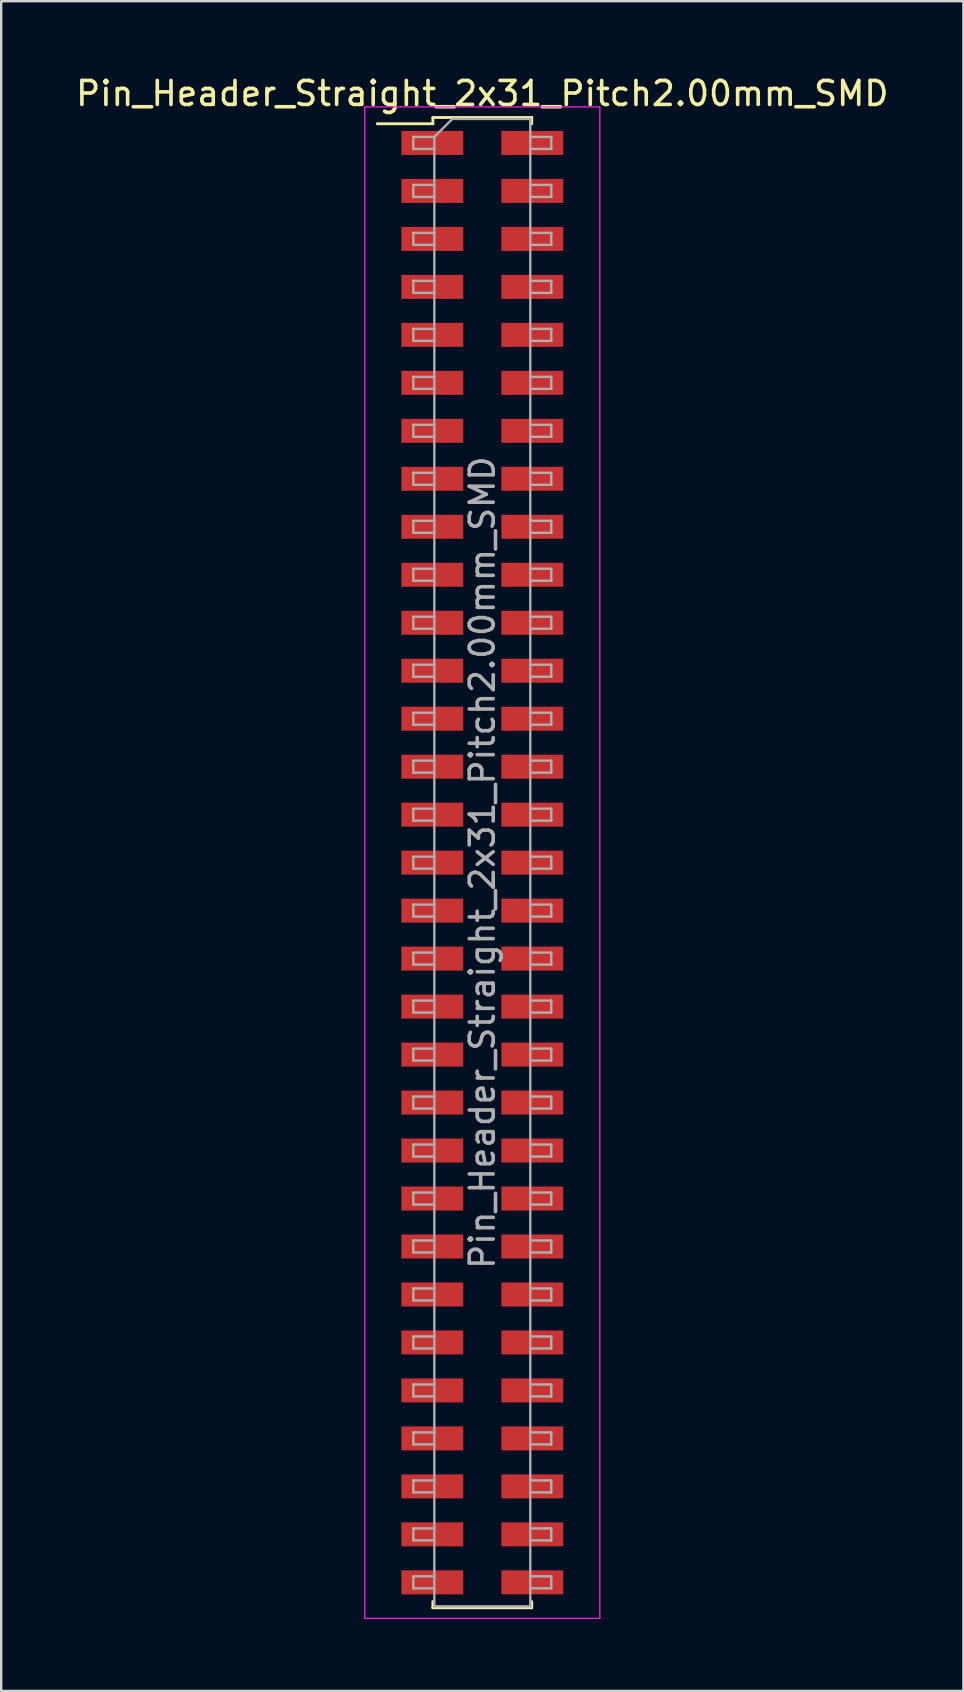
<source format=kicad_pcb>
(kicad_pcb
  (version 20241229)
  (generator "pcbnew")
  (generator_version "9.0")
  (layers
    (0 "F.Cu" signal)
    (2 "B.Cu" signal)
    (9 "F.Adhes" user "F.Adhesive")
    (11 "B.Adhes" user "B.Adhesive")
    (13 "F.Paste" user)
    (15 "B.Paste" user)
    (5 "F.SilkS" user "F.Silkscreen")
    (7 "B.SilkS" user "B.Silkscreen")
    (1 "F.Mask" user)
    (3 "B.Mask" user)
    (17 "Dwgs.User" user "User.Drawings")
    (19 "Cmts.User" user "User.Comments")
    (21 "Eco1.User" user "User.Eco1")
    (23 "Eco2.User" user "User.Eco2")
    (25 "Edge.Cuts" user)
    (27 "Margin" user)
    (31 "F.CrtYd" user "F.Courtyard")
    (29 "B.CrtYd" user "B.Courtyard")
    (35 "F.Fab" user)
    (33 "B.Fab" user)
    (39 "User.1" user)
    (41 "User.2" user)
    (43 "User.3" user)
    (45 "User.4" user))
  (footprint "Pin_Header_Straight_2x31_Pitch2.00mm_SMD"
    (layer "F.Cu")
    (at 17.054 32.908)
    (property "Reference" "Pin_Header_Straight_2x31_Pitch2.00mm_SMD" (at 0 -32.06 0) (layer "F.SilkS") (effects (font (size 1 1) (thickness 0.15))))
    (attr smd)
    (fp_line (start -4.375 -30.8) (end -2.06 -30.8) (stroke (width 0.12) (type solid)) (layer "F.SilkS"))
    (fp_line (start -2.06 -31.06) (end 2.06 -31.06) (stroke (width 0.12) (type solid)) (layer "F.SilkS"))
    (fp_line (start -2.06 -30.8) (end -2.06 -31.06) (stroke (width 0.12) (type solid)) (layer "F.SilkS"))
    (fp_line (start -2.06 30.8) (end -2.06 31.06) (stroke (width 0.12) (type solid)) (layer "F.SilkS"))
    (fp_line (start -2.06 31.06) (end 2.06 31.06) (stroke (width 0.12) (type solid)) (layer "F.SilkS"))
    (fp_line (start 2.06 -31.06) (end 2.06 -30.8) (stroke (width 0.12) (type solid)) (layer "F.SilkS"))
    (fp_line (start 2.06 31.06) (end 2.06 30.8) (stroke (width 0.12) (type solid)) (layer "F.SilkS"))
    (fp_line (start -4.9 -31.5) (end -4.9 31.5) (stroke (width 0.05) (type solid)) (layer "F.CrtYd"))
    (fp_line (start -4.9 31.5) (end 4.9 31.5) (stroke (width 0.05) (type solid)) (layer "F.CrtYd"))
    (fp_line (start 4.9 -31.5) (end -4.9 -31.5) (stroke (width 0.05) (type solid)) (layer "F.CrtYd"))
    (fp_line (start 4.9 31.5) (end 4.9 -31.5) (stroke (width 0.05) (type solid)) (layer "F.CrtYd"))
    (fp_line (start -2.875 -30.25) (end -2.875 -29.75) (stroke (width 0.1) (type solid)) (layer "F.Fab"))
    (fp_line (start -2.875 -29.75) (end -2 -29.75) (stroke (width 0.1) (type solid)) (layer "F.Fab"))
    (fp_line (start -2.875 -28.25) (end -2.875 -27.75) (stroke (width 0.1) (type solid)) (layer "F.Fab"))
    (fp_line (start -2.875 -27.75) (end -2 -27.75) (stroke (width 0.1) (type solid)) (layer "F.Fab"))
    (fp_line (start -2.875 -26.25) (end -2.875 -25.75) (stroke (width 0.1) (type solid)) (layer "F.Fab"))
    (fp_line (start -2.875 -25.75) (end -2 -25.75) (stroke (width 0.1) (type solid)) (layer "F.Fab"))
    (fp_line (start -2.875 -24.25) (end -2.875 -23.75) (stroke (width 0.1) (type solid)) (layer "F.Fab"))
    (fp_line (start -2.875 -23.75) (end -2 -23.75) (stroke (width 0.1) (type solid)) (layer "F.Fab"))
    (fp_line (start -2.875 -22.25) (end -2.875 -21.75) (stroke (width 0.1) (type solid)) (layer "F.Fab"))
    (fp_line (start -2.875 -21.75) (end -2 -21.75) (stroke (width 0.1) (type solid)) (layer "F.Fab"))
    (fp_line (start -2.875 -20.25) (end -2.875 -19.75) (stroke (width 0.1) (type solid)) (layer "F.Fab"))
    (fp_line (start -2.875 -19.75) (end -2 -19.75) (stroke (width 0.1) (type solid)) (layer "F.Fab"))
    (fp_line (start -2.875 -18.25) (end -2.875 -17.75) (stroke (width 0.1) (type solid)) (layer "F.Fab"))
    (fp_line (start -2.875 -17.75) (end -2 -17.75) (stroke (width 0.1) (type solid)) (layer "F.Fab"))
    (fp_line (start -2.875 -16.25) (end -2.875 -15.75) (stroke (width 0.1) (type solid)) (layer "F.Fab"))
    (fp_line (start -2.875 -15.75) (end -2 -15.75) (stroke (width 0.1) (type solid)) (layer "F.Fab"))
    (fp_line (start -2.875 -14.25) (end -2.875 -13.75) (stroke (width 0.1) (type solid)) (layer "F.Fab"))
    (fp_line (start -2.875 -13.75) (end -2 -13.75) (stroke (width 0.1) (type solid)) (layer "F.Fab"))
    (fp_line (start -2.875 -12.25) (end -2.875 -11.75) (stroke (width 0.1) (type solid)) (layer "F.Fab"))
    (fp_line (start -2.875 -11.75) (end -2 -11.75) (stroke (width 0.1) (type solid)) (layer "F.Fab"))
    (fp_line (start -2.875 -10.25) (end -2.875 -9.75) (stroke (width 0.1) (type solid)) (layer "F.Fab"))
    (fp_line (start -2.875 -9.75) (end -2 -9.75) (stroke (width 0.1) (type solid)) (layer "F.Fab"))
    (fp_line (start -2.875 -8.25) (end -2.875 -7.75) (stroke (width 0.1) (type solid)) (layer "F.Fab"))
    (fp_line (start -2.875 -7.75) (end -2 -7.75) (stroke (width 0.1) (type solid)) (layer "F.Fab"))
    (fp_line (start -2.875 -6.25) (end -2.875 -5.75) (stroke (width 0.1) (type solid)) (layer "F.Fab"))
    (fp_line (start -2.875 -5.75) (end -2 -5.75) (stroke (width 0.1) (type solid)) (layer "F.Fab"))
    (fp_line (start -2.875 -4.25) (end -2.875 -3.75) (stroke (width 0.1) (type solid)) (layer "F.Fab"))
    (fp_line (start -2.875 -3.75) (end -2 -3.75) (stroke (width 0.1) (type solid)) (layer "F.Fab"))
    (fp_line (start -2.875 -2.25) (end -2.875 -1.75) (stroke (width 0.1) (type solid)) (layer "F.Fab"))
    (fp_line (start -2.875 -1.75) (end -2 -1.75) (stroke (width 0.1) (type solid)) (layer "F.Fab"))
    (fp_line (start -2.875 -0.25) (end -2.875 0.25) (stroke (width 0.1) (type solid)) (layer "F.Fab"))
    (fp_line (start -2.875 0.25) (end -2 0.25) (stroke (width 0.1) (type solid)) (layer "F.Fab"))
    (fp_line (start -2.875 1.75) (end -2.875 2.25) (stroke (width 0.1) (type solid)) (layer "F.Fab"))
    (fp_line (start -2.875 2.25) (end -2 2.25) (stroke (width 0.1) (type solid)) (layer "F.Fab"))
    (fp_line (start -2.875 3.75) (end -2.875 4.25) (stroke (width 0.1) (type solid)) (layer "F.Fab"))
    (fp_line (start -2.875 4.25) (end -2 4.25) (stroke (width 0.1) (type solid)) (layer "F.Fab"))
    (fp_line (start -2.875 5.75) (end -2.875 6.25) (stroke (width 0.1) (type solid)) (layer "F.Fab"))
    (fp_line (start -2.875 6.25) (end -2 6.25) (stroke (width 0.1) (type solid)) (layer "F.Fab"))
    (fp_line (start -2.875 7.75) (end -2.875 8.25) (stroke (width 0.1) (type solid)) (layer "F.Fab"))
    (fp_line (start -2.875 8.25) (end -2 8.25) (stroke (width 0.1) (type solid)) (layer "F.Fab"))
    (fp_line (start -2.875 9.75) (end -2.875 10.25) (stroke (width 0.1) (type solid)) (layer "F.Fab"))
    (fp_line (start -2.875 10.25) (end -2 10.25) (stroke (width 0.1) (type solid)) (layer "F.Fab"))
    (fp_line (start -2.875 11.75) (end -2.875 12.25) (stroke (width 0.1) (type solid)) (layer "F.Fab"))
    (fp_line (start -2.875 12.25) (end -2 12.25) (stroke (width 0.1) (type solid)) (layer "F.Fab"))
    (fp_line (start -2.875 13.75) (end -2.875 14.25) (stroke (width 0.1) (type solid)) (layer "F.Fab"))
    (fp_line (start -2.875 14.25) (end -2 14.25) (stroke (width 0.1) (type solid)) (layer "F.Fab"))
    (fp_line (start -2.875 15.75) (end -2.875 16.25) (stroke (width 0.1) (type solid)) (layer "F.Fab"))
    (fp_line (start -2.875 16.25) (end -2 16.25) (stroke (width 0.1) (type solid)) (layer "F.Fab"))
    (fp_line (start -2.875 17.75) (end -2.875 18.25) (stroke (width 0.1) (type solid)) (layer "F.Fab"))
    (fp_line (start -2.875 18.25) (end -2 18.25) (stroke (width 0.1) (type solid)) (layer "F.Fab"))
    (fp_line (start -2.875 19.75) (end -2.875 20.25) (stroke (width 0.1) (type solid)) (layer "F.Fab"))
    (fp_line (start -2.875 20.25) (end -2 20.25) (stroke (width 0.1) (type solid)) (layer "F.Fab"))
    (fp_line (start -2.875 21.75) (end -2.875 22.25) (stroke (width 0.1) (type solid)) (layer "F.Fab"))
    (fp_line (start -2.875 22.25) (end -2 22.25) (stroke (width 0.1) (type solid)) (layer "F.Fab"))
    (fp_line (start -2.875 23.75) (end -2.875 24.25) (stroke (width 0.1) (type solid)) (layer "F.Fab"))
    (fp_line (start -2.875 24.25) (end -2 24.25) (stroke (width 0.1) (type solid)) (layer "F.Fab"))
    (fp_line (start -2.875 25.75) (end -2.875 26.25) (stroke (width 0.1) (type solid)) (layer "F.Fab"))
    (fp_line (start -2.875 26.25) (end -2 26.25) (stroke (width 0.1) (type solid)) (layer "F.Fab"))
    (fp_line (start -2.875 27.75) (end -2.875 28.25) (stroke (width 0.1) (type solid)) (layer "F.Fab"))
    (fp_line (start -2.875 28.25) (end -2 28.25) (stroke (width 0.1) (type solid)) (layer "F.Fab"))
    (fp_line (start -2.875 29.75) (end -2.875 30.25) (stroke (width 0.1) (type solid)) (layer "F.Fab"))
    (fp_line (start -2.875 30.25) (end -2 30.25) (stroke (width 0.1) (type solid)) (layer "F.Fab"))
    (fp_line (start -2 -30.25) (end -2.875 -30.25) (stroke (width 0.1) (type solid)) (layer "F.Fab"))
    (fp_line (start -2 -30.25) (end -1.25 -31) (stroke (width 0.1) (type solid)) (layer "F.Fab"))
    (fp_line (start -2 -28.25) (end -2.875 -28.25) (stroke (width 0.1) (type solid)) (layer "F.Fab"))
    (fp_line (start -2 -26.25) (end -2.875 -26.25) (stroke (width 0.1) (type solid)) (layer "F.Fab"))
    (fp_line (start -2 -24.25) (end -2.875 -24.25) (stroke (width 0.1) (type solid)) (layer "F.Fab"))
    (fp_line (start -2 -22.25) (end -2.875 -22.25) (stroke (width 0.1) (type solid)) (layer "F.Fab"))
    (fp_line (start -2 -20.25) (end -2.875 -20.25) (stroke (width 0.1) (type solid)) (layer "F.Fab"))
    (fp_line (start -2 -18.25) (end -2.875 -18.25) (stroke (width 0.1) (type solid)) (layer "F.Fab"))
    (fp_line (start -2 -16.25) (end -2.875 -16.25) (stroke (width 0.1) (type solid)) (layer "F.Fab"))
    (fp_line (start -2 -14.25) (end -2.875 -14.25) (stroke (width 0.1) (type solid)) (layer "F.Fab"))
    (fp_line (start -2 -12.25) (end -2.875 -12.25) (stroke (width 0.1) (type solid)) (layer "F.Fab"))
    (fp_line (start -2 -10.25) (end -2.875 -10.25) (stroke (width 0.1) (type solid)) (layer "F.Fab"))
    (fp_line (start -2 -8.25) (end -2.875 -8.25) (stroke (width 0.1) (type solid)) (layer "F.Fab"))
    (fp_line (start -2 -6.25) (end -2.875 -6.25) (stroke (width 0.1) (type solid)) (layer "F.Fab"))
    (fp_line (start -2 -4.25) (end -2.875 -4.25) (stroke (width 0.1) (type solid)) (layer "F.Fab"))
    (fp_line (start -2 -2.25) (end -2.875 -2.25) (stroke (width 0.1) (type solid)) (layer "F.Fab"))
    (fp_line (start -2 -0.25) (end -2.875 -0.25) (stroke (width 0.1) (type solid)) (layer "F.Fab"))
    (fp_line (start -2 1.75) (end -2.875 1.75) (stroke (width 0.1) (type solid)) (layer "F.Fab"))
    (fp_line (start -2 3.75) (end -2.875 3.75) (stroke (width 0.1) (type solid)) (layer "F.Fab"))
    (fp_line (start -2 5.75) (end -2.875 5.75) (stroke (width 0.1) (type solid)) (layer "F.Fab"))
    (fp_line (start -2 7.75) (end -2.875 7.75) (stroke (width 0.1) (type solid)) (layer "F.Fab"))
    (fp_line (start -2 9.75) (end -2.875 9.75) (stroke (width 0.1) (type solid)) (layer "F.Fab"))
    (fp_line (start -2 11.75) (end -2.875 11.75) (stroke (width 0.1) (type solid)) (layer "F.Fab"))
    (fp_line (start -2 13.75) (end -2.875 13.75) (stroke (width 0.1) (type solid)) (layer "F.Fab"))
    (fp_line (start -2 15.75) (end -2.875 15.75) (stroke (width 0.1) (type solid)) (layer "F.Fab"))
    (fp_line (start -2 17.75) (end -2.875 17.75) (stroke (width 0.1) (type solid)) (layer "F.Fab"))
    (fp_line (start -2 19.75) (end -2.875 19.75) (stroke (width 0.1) (type solid)) (layer "F.Fab"))
    (fp_line (start -2 21.75) (end -2.875 21.75) (stroke (width 0.1) (type solid)) (layer "F.Fab"))
    (fp_line (start -2 23.75) (end -2.875 23.75) (stroke (width 0.1) (type solid)) (layer "F.Fab"))
    (fp_line (start -2 25.75) (end -2.875 25.75) (stroke (width 0.1) (type solid)) (layer "F.Fab"))
    (fp_line (start -2 27.75) (end -2.875 27.75) (stroke (width 0.1) (type solid)) (layer "F.Fab"))
    (fp_line (start -2 29.75) (end -2.875 29.75) (stroke (width 0.1) (type solid)) (layer "F.Fab"))
    (fp_line (start -2 31) (end -2 -30.25) (stroke (width 0.1) (type solid)) (layer "F.Fab"))
    (fp_line (start -1.25 -31) (end 2 -31) (stroke (width 0.1) (type solid)) (layer "F.Fab"))
    (fp_line (start 2 -31) (end 2 31) (stroke (width 0.1) (type solid)) (layer "F.Fab"))
    (fp_line (start 2 -30.25) (end 2.875 -30.25) (stroke (width 0.1) (type solid)) (layer "F.Fab"))
    (fp_line (start 2 -28.25) (end 2.875 -28.25) (stroke (width 0.1) (type solid)) (layer "F.Fab"))
    (fp_line (start 2 -26.25) (end 2.875 -26.25) (stroke (width 0.1) (type solid)) (layer "F.Fab"))
    (fp_line (start 2 -24.25) (end 2.875 -24.25) (stroke (width 0.1) (type solid)) (layer "F.Fab"))
    (fp_line (start 2 -22.25) (end 2.875 -22.25) (stroke (width 0.1) (type solid)) (layer "F.Fab"))
    (fp_line (start 2 -20.25) (end 2.875 -20.25) (stroke (width 0.1) (type solid)) (layer "F.Fab"))
    (fp_line (start 2 -18.25) (end 2.875 -18.25) (stroke (width 0.1) (type solid)) (layer "F.Fab"))
    (fp_line (start 2 -16.25) (end 2.875 -16.25) (stroke (width 0.1) (type solid)) (layer "F.Fab"))
    (fp_line (start 2 -14.25) (end 2.875 -14.25) (stroke (width 0.1) (type solid)) (layer "F.Fab"))
    (fp_line (start 2 -12.25) (end 2.875 -12.25) (stroke (width 0.1) (type solid)) (layer "F.Fab"))
    (fp_line (start 2 -10.25) (end 2.875 -10.25) (stroke (width 0.1) (type solid)) (layer "F.Fab"))
    (fp_line (start 2 -8.25) (end 2.875 -8.25) (stroke (width 0.1) (type solid)) (layer "F.Fab"))
    (fp_line (start 2 -6.25) (end 2.875 -6.25) (stroke (width 0.1) (type solid)) (layer "F.Fab"))
    (fp_line (start 2 -4.25) (end 2.875 -4.25) (stroke (width 0.1) (type solid)) (layer "F.Fab"))
    (fp_line (start 2 -2.25) (end 2.875 -2.25) (stroke (width 0.1) (type solid)) (layer "F.Fab"))
    (fp_line (start 2 -0.25) (end 2.875 -0.25) (stroke (width 0.1) (type solid)) (layer "F.Fab"))
    (fp_line (start 2 1.75) (end 2.875 1.75) (stroke (width 0.1) (type solid)) (layer "F.Fab"))
    (fp_line (start 2 3.75) (end 2.875 3.75) (stroke (width 0.1) (type solid)) (layer "F.Fab"))
    (fp_line (start 2 5.75) (end 2.875 5.75) (stroke (width 0.1) (type solid)) (layer "F.Fab"))
    (fp_line (start 2 7.75) (end 2.875 7.75) (stroke (width 0.1) (type solid)) (layer "F.Fab"))
    (fp_line (start 2 9.75) (end 2.875 9.75) (stroke (width 0.1) (type solid)) (layer "F.Fab"))
    (fp_line (start 2 11.75) (end 2.875 11.75) (stroke (width 0.1) (type solid)) (layer "F.Fab"))
    (fp_line (start 2 13.75) (end 2.875 13.75) (stroke (width 0.1) (type solid)) (layer "F.Fab"))
    (fp_line (start 2 15.75) (end 2.875 15.75) (stroke (width 0.1) (type solid)) (layer "F.Fab"))
    (fp_line (start 2 17.75) (end 2.875 17.75) (stroke (width 0.1) (type solid)) (layer "F.Fab"))
    (fp_line (start 2 19.75) (end 2.875 19.75) (stroke (width 0.1) (type solid)) (layer "F.Fab"))
    (fp_line (start 2 21.75) (end 2.875 21.75) (stroke (width 0.1) (type solid)) (layer "F.Fab"))
    (fp_line (start 2 23.75) (end 2.875 23.75) (stroke (width 0.1) (type solid)) (layer "F.Fab"))
    (fp_line (start 2 25.75) (end 2.875 25.75) (stroke (width 0.1) (type solid)) (layer "F.Fab"))
    (fp_line (start 2 27.75) (end 2.875 27.75) (stroke (width 0.1) (type solid)) (layer "F.Fab"))
    (fp_line (start 2 29.75) (end 2.875 29.75) (stroke (width 0.1) (type solid)) (layer "F.Fab"))
    (fp_line (start 2 31) (end -2 31) (stroke (width 0.1) (type solid)) (layer "F.Fab"))
    (fp_line (start 2.875 -30.25) (end 2.875 -29.75) (stroke (width 0.1) (type solid)) (layer "F.Fab"))
    (fp_line (start 2.875 -29.75) (end 2 -29.75) (stroke (width 0.1) (type solid)) (layer "F.Fab"))
    (fp_line (start 2.875 -28.25) (end 2.875 -27.75) (stroke (width 0.1) (type solid)) (layer "F.Fab"))
    (fp_line (start 2.875 -27.75) (end 2 -27.75) (stroke (width 0.1) (type solid)) (layer "F.Fab"))
    (fp_line (start 2.875 -26.25) (end 2.875 -25.75) (stroke (width 0.1) (type solid)) (layer "F.Fab"))
    (fp_line (start 2.875 -25.75) (end 2 -25.75) (stroke (width 0.1) (type solid)) (layer "F.Fab"))
    (fp_line (start 2.875 -24.25) (end 2.875 -23.75) (stroke (width 0.1) (type solid)) (layer "F.Fab"))
    (fp_line (start 2.875 -23.75) (end 2 -23.75) (stroke (width 0.1) (type solid)) (layer "F.Fab"))
    (fp_line (start 2.875 -22.25) (end 2.875 -21.75) (stroke (width 0.1) (type solid)) (layer "F.Fab"))
    (fp_line (start 2.875 -21.75) (end 2 -21.75) (stroke (width 0.1) (type solid)) (layer "F.Fab"))
    (fp_line (start 2.875 -20.25) (end 2.875 -19.75) (stroke (width 0.1) (type solid)) (layer "F.Fab"))
    (fp_line (start 2.875 -19.75) (end 2 -19.75) (stroke (width 0.1) (type solid)) (layer "F.Fab"))
    (fp_line (start 2.875 -18.25) (end 2.875 -17.75) (stroke (width 0.1) (type solid)) (layer "F.Fab"))
    (fp_line (start 2.875 -17.75) (end 2 -17.75) (stroke (width 0.1) (type solid)) (layer "F.Fab"))
    (fp_line (start 2.875 -16.25) (end 2.875 -15.75) (stroke (width 0.1) (type solid)) (layer "F.Fab"))
    (fp_line (start 2.875 -15.75) (end 2 -15.75) (stroke (width 0.1) (type solid)) (layer "F.Fab"))
    (fp_line (start 2.875 -14.25) (end 2.875 -13.75) (stroke (width 0.1) (type solid)) (layer "F.Fab"))
    (fp_line (start 2.875 -13.75) (end 2 -13.75) (stroke (width 0.1) (type solid)) (layer "F.Fab"))
    (fp_line (start 2.875 -12.25) (end 2.875 -11.75) (stroke (width 0.1) (type solid)) (layer "F.Fab"))
    (fp_line (start 2.875 -11.75) (end 2 -11.75) (stroke (width 0.1) (type solid)) (layer "F.Fab"))
    (fp_line (start 2.875 -10.25) (end 2.875 -9.75) (stroke (width 0.1) (type solid)) (layer "F.Fab"))
    (fp_line (start 2.875 -9.75) (end 2 -9.75) (stroke (width 0.1) (type solid)) (layer "F.Fab"))
    (fp_line (start 2.875 -8.25) (end 2.875 -7.75) (stroke (width 0.1) (type solid)) (layer "F.Fab"))
    (fp_line (start 2.875 -7.75) (end 2 -7.75) (stroke (width 0.1) (type solid)) (layer "F.Fab"))
    (fp_line (start 2.875 -6.25) (end 2.875 -5.75) (stroke (width 0.1) (type solid)) (layer "F.Fab"))
    (fp_line (start 2.875 -5.75) (end 2 -5.75) (stroke (width 0.1) (type solid)) (layer "F.Fab"))
    (fp_line (start 2.875 -4.25) (end 2.875 -3.75) (stroke (width 0.1) (type solid)) (layer "F.Fab"))
    (fp_line (start 2.875 -3.75) (end 2 -3.75) (stroke (width 0.1) (type solid)) (layer "F.Fab"))
    (fp_line (start 2.875 -2.25) (end 2.875 -1.75) (stroke (width 0.1) (type solid)) (layer "F.Fab"))
    (fp_line (start 2.875 -1.75) (end 2 -1.75) (stroke (width 0.1) (type solid)) (layer "F.Fab"))
    (fp_line (start 2.875 -0.25) (end 2.875 0.25) (stroke (width 0.1) (type solid)) (layer "F.Fab"))
    (fp_line (start 2.875 0.25) (end 2 0.25) (stroke (width 0.1) (type solid)) (layer "F.Fab"))
    (fp_line (start 2.875 1.75) (end 2.875 2.25) (stroke (width 0.1) (type solid)) (layer "F.Fab"))
    (fp_line (start 2.875 2.25) (end 2 2.25) (stroke (width 0.1) (type solid)) (layer "F.Fab"))
    (fp_line (start 2.875 3.75) (end 2.875 4.25) (stroke (width 0.1) (type solid)) (layer "F.Fab"))
    (fp_line (start 2.875 4.25) (end 2 4.25) (stroke (width 0.1) (type solid)) (layer "F.Fab"))
    (fp_line (start 2.875 5.75) (end 2.875 6.25) (stroke (width 0.1) (type solid)) (layer "F.Fab"))
    (fp_line (start 2.875 6.25) (end 2 6.25) (stroke (width 0.1) (type solid)) (layer "F.Fab"))
    (fp_line (start 2.875 7.75) (end 2.875 8.25) (stroke (width 0.1) (type solid)) (layer "F.Fab"))
    (fp_line (start 2.875 8.25) (end 2 8.25) (stroke (width 0.1) (type solid)) (layer "F.Fab"))
    (fp_line (start 2.875 9.75) (end 2.875 10.25) (stroke (width 0.1) (type solid)) (layer "F.Fab"))
    (fp_line (start 2.875 10.25) (end 2 10.25) (stroke (width 0.1) (type solid)) (layer "F.Fab"))
    (fp_line (start 2.875 11.75) (end 2.875 12.25) (stroke (width 0.1) (type solid)) (layer "F.Fab"))
    (fp_line (start 2.875 12.25) (end 2 12.25) (stroke (width 0.1) (type solid)) (layer "F.Fab"))
    (fp_line (start 2.875 13.75) (end 2.875 14.25) (stroke (width 0.1) (type solid)) (layer "F.Fab"))
    (fp_line (start 2.875 14.25) (end 2 14.25) (stroke (width 0.1) (type solid)) (layer "F.Fab"))
    (fp_line (start 2.875 15.75) (end 2.875 16.25) (stroke (width 0.1) (type solid)) (layer "F.Fab"))
    (fp_line (start 2.875 16.25) (end 2 16.25) (stroke (width 0.1) (type solid)) (layer "F.Fab"))
    (fp_line (start 2.875 17.75) (end 2.875 18.25) (stroke (width 0.1) (type solid)) (layer "F.Fab"))
    (fp_line (start 2.875 18.25) (end 2 18.25) (stroke (width 0.1) (type solid)) (layer "F.Fab"))
    (fp_line (start 2.875 19.75) (end 2.875 20.25) (stroke (width 0.1) (type solid)) (layer "F.Fab"))
    (fp_line (start 2.875 20.25) (end 2 20.25) (stroke (width 0.1) (type solid)) (layer "F.Fab"))
    (fp_line (start 2.875 21.75) (end 2.875 22.25) (stroke (width 0.1) (type solid)) (layer "F.Fab"))
    (fp_line (start 2.875 22.25) (end 2 22.25) (stroke (width 0.1) (type solid)) (layer "F.Fab"))
    (fp_line (start 2.875 23.75) (end 2.875 24.25) (stroke (width 0.1) (type solid)) (layer "F.Fab"))
    (fp_line (start 2.875 24.25) (end 2 24.25) (stroke (width 0.1) (type solid)) (layer "F.Fab"))
    (fp_line (start 2.875 25.75) (end 2.875 26.25) (stroke (width 0.1) (type solid)) (layer "F.Fab"))
    (fp_line (start 2.875 26.25) (end 2 26.25) (stroke (width 0.1) (type solid)) (layer "F.Fab"))
    (fp_line (start 2.875 27.75) (end 2.875 28.25) (stroke (width 0.1) (type solid)) (layer "F.Fab"))
    (fp_line (start 2.875 28.25) (end 2 28.25) (stroke (width 0.1) (type solid)) (layer "F.Fab"))
    (fp_line (start 2.875 29.75) (end 2.875 30.25) (stroke (width 0.1) (type solid)) (layer "F.Fab"))
    (fp_line (start 2.875 30.25) (end 2 30.25) (stroke (width 0.1) (type solid)) (layer "F.Fab"))
    (fp_text user "${REFERENCE}" (at 0 0 90) (layer "F.Fab") (effects (font (size 1 1) (thickness 0.15))))
    (pad "1" smd rect (at -2.085 -30) (size 2.58 1) (layers "F.Cu" "F.Mask" "F.Paste"))
    (pad "2" smd rect (at 2.085 -30) (size 2.58 1) (layers "F.Cu" "F.Mask" "F.Paste"))
    (pad "3" smd rect (at -2.085 -28) (size 2.58 1) (layers "F.Cu" "F.Mask" "F.Paste"))
    (pad "4" smd rect (at 2.085 -28) (size 2.58 1) (layers "F.Cu" "F.Mask" "F.Paste"))
    (pad "5" smd rect (at -2.085 -26) (size 2.58 1) (layers "F.Cu" "F.Mask" "F.Paste"))
    (pad "6" smd rect (at 2.085 -26) (size 2.58 1) (layers "F.Cu" "F.Mask" "F.Paste"))
    (pad "7" smd rect (at -2.085 -24) (size 2.58 1) (layers "F.Cu" "F.Mask" "F.Paste"))
    (pad "8" smd rect (at 2.085 -24) (size 2.58 1) (layers "F.Cu" "F.Mask" "F.Paste"))
    (pad "9" smd rect (at -2.085 -22) (size 2.58 1) (layers "F.Cu" "F.Mask" "F.Paste"))
    (pad "10" smd rect (at 2.085 -22) (size 2.58 1) (layers "F.Cu" "F.Mask" "F.Paste"))
    (pad "11" smd rect (at -2.085 -20) (size 2.58 1) (layers "F.Cu" "F.Mask" "F.Paste"))
    (pad "12" smd rect (at 2.085 -20) (size 2.58 1) (layers "F.Cu" "F.Mask" "F.Paste"))
    (pad "13" smd rect (at -2.085 -18) (size 2.58 1) (layers "F.Cu" "F.Mask" "F.Paste"))
    (pad "14" smd rect (at 2.085 -18) (size 2.58 1) (layers "F.Cu" "F.Mask" "F.Paste"))
    (pad "15" smd rect (at -2.085 -16) (size 2.58 1) (layers "F.Cu" "F.Mask" "F.Paste"))
    (pad "16" smd rect (at 2.085 -16) (size 2.58 1) (layers "F.Cu" "F.Mask" "F.Paste"))
    (pad "17" smd rect (at -2.085 -14) (size 2.58 1) (layers "F.Cu" "F.Mask" "F.Paste"))
    (pad "18" smd rect (at 2.085 -14) (size 2.58 1) (layers "F.Cu" "F.Mask" "F.Paste"))
    (pad "19" smd rect (at -2.085 -12) (size 2.58 1) (layers "F.Cu" "F.Mask" "F.Paste"))
    (pad "20" smd rect (at 2.085 -12) (size 2.58 1) (layers "F.Cu" "F.Mask" "F.Paste"))
    (pad "21" smd rect (at -2.085 -10) (size 2.58 1) (layers "F.Cu" "F.Mask" "F.Paste"))
    (pad "22" smd rect (at 2.085 -10) (size 2.58 1) (layers "F.Cu" "F.Mask" "F.Paste"))
    (pad "23" smd rect (at -2.085 -8) (size 2.58 1) (layers "F.Cu" "F.Mask" "F.Paste"))
    (pad "24" smd rect (at 2.085 -8) (size 2.58 1) (layers "F.Cu" "F.Mask" "F.Paste"))
    (pad "25" smd rect (at -2.085 -6) (size 2.58 1) (layers "F.Cu" "F.Mask" "F.Paste"))
    (pad "26" smd rect (at 2.085 -6) (size 2.58 1) (layers "F.Cu" "F.Mask" "F.Paste"))
    (pad "27" smd rect (at -2.085 -4) (size 2.58 1) (layers "F.Cu" "F.Mask" "F.Paste"))
    (pad "28" smd rect (at 2.085 -4) (size 2.58 1) (layers "F.Cu" "F.Mask" "F.Paste"))
    (pad "29" smd rect (at -2.085 -2) (size 2.58 1) (layers "F.Cu" "F.Mask" "F.Paste"))
    (pad "30" smd rect (at 2.085 -2) (size 2.58 1) (layers "F.Cu" "F.Mask" "F.Paste"))
    (pad "31" smd rect (at -2.085 0) (size 2.58 1) (layers "F.Cu" "F.Mask" "F.Paste"))
    (pad "32" smd rect (at 2.085 0) (size 2.58 1) (layers "F.Cu" "F.Mask" "F.Paste"))
    (pad "33" smd rect (at -2.085 2) (size 2.58 1) (layers "F.Cu" "F.Mask" "F.Paste"))
    (pad "34" smd rect (at 2.085 2) (size 2.58 1) (layers "F.Cu" "F.Mask" "F.Paste"))
    (pad "35" smd rect (at -2.085 4) (size 2.58 1) (layers "F.Cu" "F.Mask" "F.Paste"))
    (pad "36" smd rect (at 2.085 4) (size 2.58 1) (layers "F.Cu" "F.Mask" "F.Paste"))
    (pad "37" smd rect (at -2.085 6) (size 2.58 1) (layers "F.Cu" "F.Mask" "F.Paste"))
    (pad "38" smd rect (at 2.085 6) (size 2.58 1) (layers "F.Cu" "F.Mask" "F.Paste"))
    (pad "39" smd rect (at -2.085 8) (size 2.58 1) (layers "F.Cu" "F.Mask" "F.Paste"))
    (pad "40" smd rect (at 2.085 8) (size 2.58 1) (layers "F.Cu" "F.Mask" "F.Paste"))
    (pad "41" smd rect (at -2.085 10) (size 2.58 1) (layers "F.Cu" "F.Mask" "F.Paste"))
    (pad "42" smd rect (at 2.085 10) (size 2.58 1) (layers "F.Cu" "F.Mask" "F.Paste"))
    (pad "43" smd rect (at -2.085 12) (size 2.58 1) (layers "F.Cu" "F.Mask" "F.Paste"))
    (pad "44" smd rect (at 2.085 12) (size 2.58 1) (layers "F.Cu" "F.Mask" "F.Paste"))
    (pad "45" smd rect (at -2.085 14) (size 2.58 1) (layers "F.Cu" "F.Mask" "F.Paste"))
    (pad "46" smd rect (at 2.085 14) (size 2.58 1) (layers "F.Cu" "F.Mask" "F.Paste"))
    (pad "47" smd rect (at -2.085 16) (size 2.58 1) (layers "F.Cu" "F.Mask" "F.Paste"))
    (pad "48" smd rect (at 2.085 16) (size 2.58 1) (layers "F.Cu" "F.Mask" "F.Paste"))
    (pad "49" smd rect (at -2.085 18) (size 2.58 1) (layers "F.Cu" "F.Mask" "F.Paste"))
    (pad "50" smd rect (at 2.085 18) (size 2.58 1) (layers "F.Cu" "F.Mask" "F.Paste"))
    (pad "51" smd rect (at -2.085 20) (size 2.58 1) (layers "F.Cu" "F.Mask" "F.Paste"))
    (pad "52" smd rect (at 2.085 20) (size 2.58 1) (layers "F.Cu" "F.Mask" "F.Paste"))
    (pad "53" smd rect (at -2.085 22) (size 2.58 1) (layers "F.Cu" "F.Mask" "F.Paste"))
    (pad "54" smd rect (at 2.085 22) (size 2.58 1) (layers "F.Cu" "F.Mask" "F.Paste"))
    (pad "55" smd rect (at -2.085 24) (size 2.58 1) (layers "F.Cu" "F.Mask" "F.Paste"))
    (pad "56" smd rect (at 2.085 24) (size 2.58 1) (layers "F.Cu" "F.Mask" "F.Paste"))
    (pad "57" smd rect (at -2.085 26) (size 2.58 1) (layers "F.Cu" "F.Mask" "F.Paste"))
    (pad "58" smd rect (at 2.085 26) (size 2.58 1) (layers "F.Cu" "F.Mask" "F.Paste"))
    (pad "59" smd rect (at -2.085 28) (size 2.58 1) (layers "F.Cu" "F.Mask" "F.Paste"))
    (pad "60" smd rect (at 2.085 28) (size 2.58 1) (layers "F.Cu" "F.Mask" "F.Paste"))
    (pad "61" smd rect (at -2.085 30) (size 2.58 1) (layers "F.Cu" "F.Mask" "F.Paste"))
    (pad "62" smd rect (at 2.085 30) (size 2.58 1) (layers "F.Cu" "F.Mask" "F.Paste")))
  (gr_rect
    (start -3 -3)
    (end 37.107 67.433)
    (stroke (width 0.1) (type default))
    (fill no)
    (layer "Edge.Cuts")))
</source>
